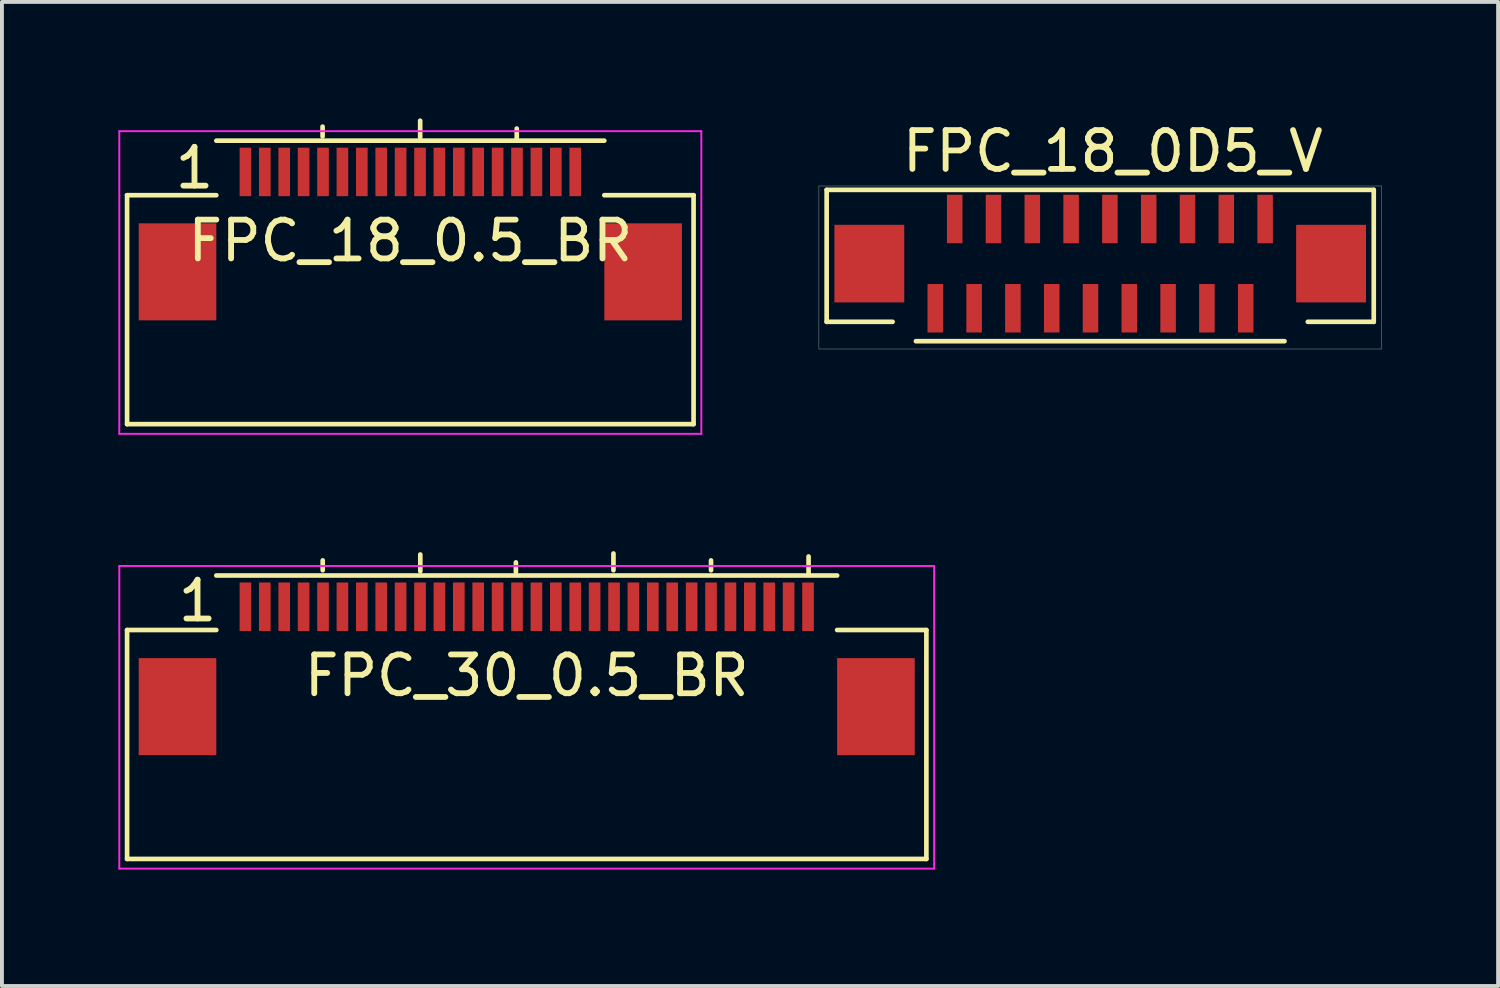
<source format=kicad_pcb>
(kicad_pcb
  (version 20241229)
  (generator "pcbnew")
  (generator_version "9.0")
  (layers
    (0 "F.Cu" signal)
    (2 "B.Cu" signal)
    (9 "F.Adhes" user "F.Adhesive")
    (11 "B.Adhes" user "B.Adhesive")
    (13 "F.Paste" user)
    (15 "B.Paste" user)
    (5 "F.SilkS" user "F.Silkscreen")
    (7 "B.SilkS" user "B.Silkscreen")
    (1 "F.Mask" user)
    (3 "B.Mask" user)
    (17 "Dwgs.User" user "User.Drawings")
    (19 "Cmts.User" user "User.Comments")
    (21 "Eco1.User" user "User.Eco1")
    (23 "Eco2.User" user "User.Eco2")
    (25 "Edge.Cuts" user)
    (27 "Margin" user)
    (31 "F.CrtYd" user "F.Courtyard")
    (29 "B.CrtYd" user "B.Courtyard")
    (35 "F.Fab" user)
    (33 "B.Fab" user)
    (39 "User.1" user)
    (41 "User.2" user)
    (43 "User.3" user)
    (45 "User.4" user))
  (footprint "FPC_18_0.5_BR"
    (layer "F.Cu")
    (at 7.525 1.381)
    (property "Reference" "FPC_18_0.5_BR" (at 0 1.775 0) (layer "F.SilkS") (effects (font (size 1 1) (thickness 0.15))))
    (attr smd)
    (fp_line (start -7.3 0.6) (end -7.3 6.5) (stroke (width 0.12) (type solid)) (layer "F.SilkS"))
    (fp_line (start -7.3 0.6) (end -5 0.6) (stroke (width 0.12) (type solid)) (layer "F.SilkS"))
    (fp_line (start -7.3 6.5) (end 7.3 6.5) (stroke (width 0.12) (type solid)) (layer "F.SilkS"))
    (fp_line (start -5 -0.805) (end 5 -0.805) (stroke (width 0.12) (type solid)) (layer "F.SilkS"))
    (fp_line (start -2.261 -0.914) (end -2.261 -1.168) (stroke (width 0.12) (type solid)) (layer "F.SilkS"))
    (fp_line (start 0.254 -0.889) (end 0.254 -1.321) (stroke (width 0.12) (type solid)) (layer "F.SilkS"))
    (fp_line (start 2.743 -0.864) (end 2.743 -1.118) (stroke (width 0.12) (type solid)) (layer "F.SilkS"))
    (fp_line (start 7.3 0.6) (end 5 0.6) (stroke (width 0.12) (type solid)) (layer "F.SilkS"))
    (fp_line (start 7.3 0.6) (end 7.3 6.5) (stroke (width 0.12) (type solid)) (layer "F.SilkS"))
    (fp_line (start -7.5 -1.05) (end -7.5 6.75) (stroke (width 0.05) (type solid)) (layer "F.CrtYd"))
    (fp_line (start -7.5 -1.05) (end 7.5 -1.05) (stroke (width 0.05) (type solid)) (layer "F.CrtYd"))
    (fp_line (start -7.5 6.75) (end 7.5 6.75) (stroke (width 0.05) (type solid)) (layer "F.CrtYd"))
    (fp_line (start 7.5 -1.05) (end 7.5 6.75) (stroke (width 0.05) (type solid)) (layer "F.CrtYd"))
    (fp_text user "1" (at -5.563 -0.102 0) (layer "F.SilkS") (effects (font (size 1 1) (thickness 0.15))))
    (pad "1" smd rect (at -4.25 0) (size 0.3 1.25) (layers "F.Cu" "F.Mask" "F.Paste"))
    (pad "2" smd rect (at -3.75 0) (size 0.3 1.25) (layers "F.Cu" "F.Mask" "F.Paste"))
    (pad "3" smd rect (at -3.25 0) (size 0.3 1.25) (layers "F.Cu" "F.Mask" "F.Paste"))
    (pad "4" smd rect (at -2.75 0) (size 0.3 1.25) (layers "F.Cu" "F.Mask" "F.Paste"))
    (pad "5" smd rect (at -2.25 0) (size 0.3 1.25) (layers "F.Cu" "F.Mask" "F.Paste"))
    (pad "6" smd rect (at -1.75 0) (size 0.3 1.25) (layers "F.Cu" "F.Mask" "F.Paste"))
    (pad "7" smd rect (at -1.25 0) (size 0.3 1.25) (layers "F.Cu" "F.Mask" "F.Paste"))
    (pad "8" smd rect (at -0.75 0) (size 0.3 1.25) (layers "F.Cu" "F.Mask" "F.Paste"))
    (pad "9" smd rect (at -0.25 0) (size 0.3 1.25) (layers "F.Cu" "F.Mask" "F.Paste"))
    (pad "10" smd rect (at 0.25 0) (size 0.3 1.25) (layers "F.Cu" "F.Mask" "F.Paste"))
    (pad "11" smd rect (at 0.75 0) (size 0.3 1.25) (layers "F.Cu" "F.Mask" "F.Paste"))
    (pad "12" smd rect (at 1.25 0) (size 0.3 1.25) (layers "F.Cu" "F.Mask" "F.Paste"))
    (pad "13" smd rect (at 1.75 0) (size 0.3 1.25) (layers "F.Cu" "F.Mask" "F.Paste"))
    (pad "14" smd rect (at 2.25 0) (size 0.3 1.25) (layers "F.Cu" "F.Mask" "F.Paste"))
    (pad "15" smd rect (at 2.75 0) (size 0.3 1.25) (layers "F.Cu" "F.Mask" "F.Paste"))
    (pad "16" smd rect (at 3.25 0) (size 0.3 1.25) (layers "F.Cu" "F.Mask" "F.Paste"))
    (pad "17" smd rect (at 3.75 0) (size 0.3 1.25) (layers "F.Cu" "F.Mask" "F.Paste"))
    (pad "18" smd rect (at 4.25 0) (size 0.3 1.25) (layers "F.Cu" "F.Mask" "F.Paste"))
    (pad "MP" smd rect (at -6 2.575) (size 2 2.5) (layers "F.Cu" "F.Mask" "F.Paste"))
    (pad "MP" smd rect (at 6 2.575) (size 2 2.5) (layers "F.Cu" "F.Mask" "F.Paste")))
  (footprint "FPC_18_0D5_V"
    (layer "F.Cu")
    (at 25.555 3.744)
    (property "Reference" "FPC_18_0D5_V" (at 0.076 -2.896 0) (layer "F.SilkS") (effects (font (size 1 1) (thickness 0.15))))
    (attr through_hole)
    (fp_line (start -7.3 -1.9) (end 6.8 -1.9) (stroke (width 0.12) (type solid)) (layer "F.SilkS"))
    (fp_line (start -7.3 1.5) (end -7.3 -1.9) (stroke (width 0.12) (type solid)) (layer "F.SilkS"))
    (fp_line (start -5.6 1.5) (end -7.3 1.5) (stroke (width 0.12) (type solid)) (layer "F.SilkS"))
    (fp_line (start -5 2) (end 4.5 2) (stroke (width 0.12) (type solid)) (layer "F.SilkS"))
    (fp_line (start 6.8 -1.9) (end 6.8 1.5) (stroke (width 0.12) (type solid)) (layer "F.SilkS"))
    (fp_line (start 6.8 1.5) (end 5.1 1.5) (stroke (width 0.12) (type solid)) (layer "F.SilkS"))
    (fp_line (start -7.5 -2) (end -7.5 2.2) (stroke (width 0.01) (type solid)) (layer "F.Fab"))
    (fp_line (start -7.5 2.2) (end 7 2.2) (stroke (width 0.01) (type solid)) (layer "F.Fab"))
    (fp_line (start 7 -2) (end -7.5 -2) (stroke (width 0.01) (type solid)) (layer "F.Fab"))
    (fp_line (start 7 2.2) (end 7 -2) (stroke (width 0.01) (type solid)) (layer "F.Fab"))
    (pad "1" smd rect (at -4.5 1.15) (size 0.4 1.25) (layers "F.Cu" "F.Mask" "F.Paste"))
    (pad "2" smd rect (at -4 -1.15) (size 0.4 1.25) (layers "F.Cu" "F.Mask" "F.Paste"))
    (pad "3" smd rect (at -3.5 1.15) (size 0.4 1.25) (layers "F.Cu" "F.Mask" "F.Paste"))
    (pad "4" smd rect (at -3 -1.15) (size 0.4 1.25) (layers "F.Cu" "F.Mask" "F.Paste"))
    (pad "5" smd rect (at -2.5 1.15) (size 0.4 1.25) (layers "F.Cu" "F.Mask" "F.Paste"))
    (pad "6" smd rect (at -2 -1.15) (size 0.4 1.25) (layers "F.Cu" "F.Mask" "F.Paste"))
    (pad "7" smd rect (at -1.5 1.15) (size 0.4 1.25) (layers "F.Cu" "F.Mask" "F.Paste"))
    (pad "8" smd rect (at -1 -1.15) (size 0.4 1.25) (layers "F.Cu" "F.Mask" "F.Paste"))
    (pad "9" smd rect (at -0.5 1.15) (size 0.4 1.25) (layers "F.Cu" "F.Mask" "F.Paste"))
    (pad "10" smd rect (at 0 -1.15) (size 0.4 1.25) (layers "F.Cu" "F.Mask" "F.Paste"))
    (pad "11" smd rect (at 0.5 1.15) (size 0.4 1.25) (layers "F.Cu" "F.Mask" "F.Paste"))
    (pad "12" smd rect (at 1 -1.15) (size 0.4 1.25) (layers "F.Cu" "F.Mask" "F.Paste"))
    (pad "13" smd rect (at 1.5 1.15) (size 0.4 1.25) (layers "F.Cu" "F.Mask" "F.Paste"))
    (pad "14" smd rect (at 2 -1.15) (size 0.4 1.25) (layers "F.Cu" "F.Mask" "F.Paste"))
    (pad "15" smd rect (at 2.5 1.15) (size 0.4 1.25) (layers "F.Cu" "F.Mask" "F.Paste"))
    (pad "16" smd rect (at 3 -1.15) (size 0.4 1.25) (layers "F.Cu" "F.Mask" "F.Paste"))
    (pad "17" smd rect (at 3.5 1.15) (size 0.4 1.25) (layers "F.Cu" "F.Mask" "F.Paste"))
    (pad "18" smd rect (at 4 -1.15) (size 0.4 1.25) (layers "F.Cu" "F.Mask" "F.Paste"))
    (pad "MP" smd rect (at -6.2 0) (size 1.8 2) (layers "F.Cu" "F.Mask" "F.Paste"))
    (pad "MP" smd rect (at 5.7 0) (size 1.8 2) (layers "F.Cu" "F.Mask" "F.Paste")))
  (footprint "FPC_30_0.5_BR"
    (layer "F.Cu")
    (at 10.525 12.587)
    (property "Reference" "FPC_30_0.5_BR" (at 0 1.775 0) (layer "F.SilkS") (effects (font (size 1 1) (thickness 0.15))))
    (attr smd)
    (fp_line (start -10.3 0.6) (end -10.3 6.5) (stroke (width 0.12) (type solid)) (layer "F.SilkS"))
    (fp_line (start -10.3 0.6) (end -8 0.6) (stroke (width 0.12) (type solid)) (layer "F.SilkS"))
    (fp_line (start -10.3 6.5) (end 10.3 6.5) (stroke (width 0.12) (type solid)) (layer "F.SilkS"))
    (fp_line (start -8 -0.805) (end 8 -0.805) (stroke (width 0.12) (type solid)) (layer "F.SilkS"))
    (fp_line (start -5.258 -0.94) (end -5.258 -1.194) (stroke (width 0.12) (type solid)) (layer "F.SilkS"))
    (fp_line (start -2.743 -0.914) (end -2.743 -1.346) (stroke (width 0.12) (type solid)) (layer "F.SilkS"))
    (fp_line (start -0.279 -0.889) (end -0.279 -1.143) (stroke (width 0.12) (type solid)) (layer "F.SilkS"))
    (fp_line (start 2.235 -0.94) (end 2.235 -1.372) (stroke (width 0.12) (type solid)) (layer "F.SilkS"))
    (fp_line (start 4.75 -0.94) (end 4.75 -1.194) (stroke (width 0.12) (type solid)) (layer "F.SilkS"))
    (fp_line (start 7.264 -0.864) (end 7.264 -1.295) (stroke (width 0.12) (type solid)) (layer "F.SilkS"))
    (fp_line (start 10.3 0.6) (end 8 0.6) (stroke (width 0.12) (type solid)) (layer "F.SilkS"))
    (fp_line (start 10.3 0.6) (end 10.3 6.5) (stroke (width 0.12) (type solid)) (layer "F.SilkS"))
    (fp_line (start -10.5 -1.05) (end -10.5 6.75) (stroke (width 0.05) (type solid)) (layer "F.CrtYd"))
    (fp_line (start -10.5 -1.05) (end 10.5 -1.05) (stroke (width 0.05) (type solid)) (layer "F.CrtYd"))
    (fp_line (start -10.5 6.75) (end 10.5 6.75) (stroke (width 0.05) (type solid)) (layer "F.CrtYd"))
    (fp_line (start 10.5 -1.05) (end 10.5 6.75) (stroke (width 0.05) (type solid)) (layer "F.CrtYd"))
    (fp_text user "1" (at -8.484 -0.152 0) (layer "F.SilkS") (effects (font (size 1 1) (thickness 0.15))))
    (pad "1" smd rect (at -7.25 0) (size 0.3 1.25) (layers "F.Cu" "F.Mask" "F.Paste"))
    (pad "2" smd rect (at -6.75 0) (size 0.3 1.25) (layers "F.Cu" "F.Mask" "F.Paste"))
    (pad "3" smd rect (at -6.25 0) (size 0.3 1.25) (layers "F.Cu" "F.Mask" "F.Paste"))
    (pad "4" smd rect (at -5.75 0) (size 0.3 1.25) (layers "F.Cu" "F.Mask" "F.Paste"))
    (pad "5" smd rect (at -5.25 0) (size 0.3 1.25) (layers "F.Cu" "F.Mask" "F.Paste"))
    (pad "6" smd rect (at -4.75 0) (size 0.3 1.25) (layers "F.Cu" "F.Mask" "F.Paste"))
    (pad "7" smd rect (at -4.25 0) (size 0.3 1.25) (layers "F.Cu" "F.Mask" "F.Paste"))
    (pad "8" smd rect (at -3.75 0) (size 0.3 1.25) (layers "F.Cu" "F.Mask" "F.Paste"))
    (pad "9" smd rect (at -3.25 0) (size 0.3 1.25) (layers "F.Cu" "F.Mask" "F.Paste"))
    (pad "10" smd rect (at -2.75 0) (size 0.3 1.25) (layers "F.Cu" "F.Mask" "F.Paste"))
    (pad "11" smd rect (at -2.25 0) (size 0.3 1.25) (layers "F.Cu" "F.Mask" "F.Paste"))
    (pad "12" smd rect (at -1.75 0) (size 0.3 1.25) (layers "F.Cu" "F.Mask" "F.Paste"))
    (pad "13" smd rect (at -1.25 0) (size 0.3 1.25) (layers "F.Cu" "F.Mask" "F.Paste"))
    (pad "14" smd rect (at -0.75 0) (size 0.3 1.25) (layers "F.Cu" "F.Mask" "F.Paste"))
    (pad "15" smd rect (at -0.25 0) (size 0.3 1.25) (layers "F.Cu" "F.Mask" "F.Paste"))
    (pad "16" smd rect (at 0.25 0) (size 0.3 1.25) (layers "F.Cu" "F.Mask" "F.Paste"))
    (pad "17" smd rect (at 0.75 0) (size 0.3 1.25) (layers "F.Cu" "F.Mask" "F.Paste"))
    (pad "18" smd rect (at 1.25 0) (size 0.3 1.25) (layers "F.Cu" "F.Mask" "F.Paste"))
    (pad "19" smd rect (at 1.75 0) (size 0.3 1.25) (layers "F.Cu" "F.Mask" "F.Paste"))
    (pad "20" smd rect (at 2.25 0) (size 0.3 1.25) (layers "F.Cu" "F.Mask" "F.Paste"))
    (pad "21" smd rect (at 2.75 0) (size 0.3 1.25) (layers "F.Cu" "F.Mask" "F.Paste"))
    (pad "22" smd rect (at 3.25 0) (size 0.3 1.25) (layers "F.Cu" "F.Mask" "F.Paste"))
    (pad "23" smd rect (at 3.75 0) (size 0.3 1.25) (layers "F.Cu" "F.Mask" "F.Paste"))
    (pad "24" smd rect (at 4.25 0) (size 0.3 1.25) (layers "F.Cu" "F.Mask" "F.Paste"))
    (pad "25" smd rect (at 4.75 0) (size 0.3 1.25) (layers "F.Cu" "F.Mask" "F.Paste"))
    (pad "26" smd rect (at 5.25 0) (size 0.3 1.25) (layers "F.Cu" "F.Mask" "F.Paste"))
    (pad "27" smd rect (at 5.75 0) (size 0.3 1.25) (layers "F.Cu" "F.Mask" "F.Paste"))
    (pad "28" smd rect (at 6.25 0) (size 0.3 1.25) (layers "F.Cu" "F.Mask" "F.Paste"))
    (pad "29" smd rect (at 6.75 0) (size 0.3 1.25) (layers "F.Cu" "F.Mask" "F.Paste"))
    (pad "30" smd rect (at 7.25 0) (size 0.3 1.25) (layers "F.Cu" "F.Mask" "F.Paste"))
    (pad "MP" smd rect (at -9 2.575) (size 2 2.5) (layers "F.Cu" "F.Mask" "F.Paste"))
    (pad "MP" smd rect (at 9 2.575) (size 2 2.5) (layers "F.Cu" "F.Mask" "F.Paste")))
  (gr_rect
    (start -3 -3)
    (end 35.56 22.362)
    (stroke (width 0.1) (type default))
    (fill no)
    (layer "Edge.Cuts")))
</source>
